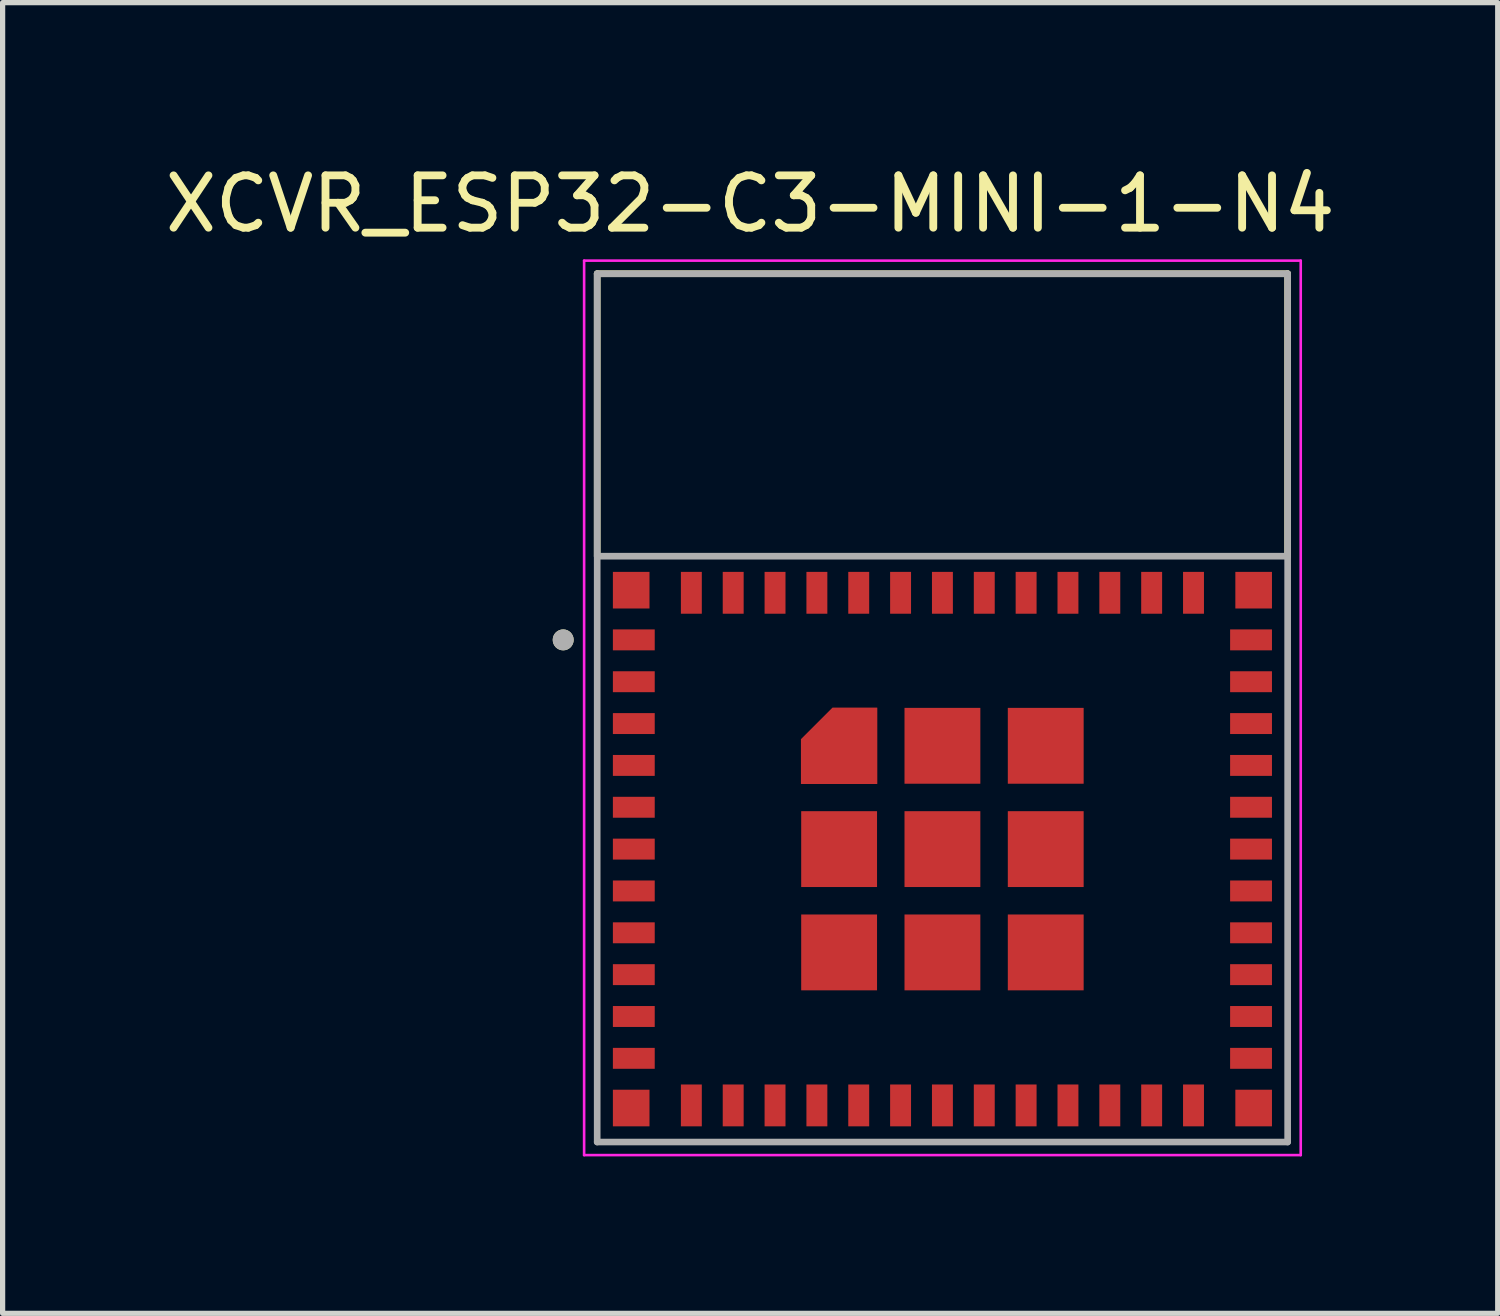
<source format=kicad_pcb>
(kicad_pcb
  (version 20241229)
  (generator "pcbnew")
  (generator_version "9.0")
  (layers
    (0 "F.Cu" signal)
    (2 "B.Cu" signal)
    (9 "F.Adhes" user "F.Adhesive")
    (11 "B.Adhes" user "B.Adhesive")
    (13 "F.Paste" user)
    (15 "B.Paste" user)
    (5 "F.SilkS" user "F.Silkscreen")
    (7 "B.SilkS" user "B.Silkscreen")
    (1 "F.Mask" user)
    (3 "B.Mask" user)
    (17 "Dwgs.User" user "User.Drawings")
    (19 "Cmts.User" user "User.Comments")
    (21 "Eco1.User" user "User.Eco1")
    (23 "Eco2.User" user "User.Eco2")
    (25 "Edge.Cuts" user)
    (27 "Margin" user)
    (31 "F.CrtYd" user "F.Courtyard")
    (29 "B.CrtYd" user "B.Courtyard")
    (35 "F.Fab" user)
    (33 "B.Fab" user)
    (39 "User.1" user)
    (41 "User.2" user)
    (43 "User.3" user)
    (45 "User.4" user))
  (footprint "XCVR_ESP32-C3-MINI-1-N4"
    (layer "F.Cu")
    (at 14.967 10.483)
    (property "Reference" "XCVR_ESP32-C3-MINI-1-N4" (at -3.675 -9.635 0) (layer "F.SilkS") (effects (font (size 1 1) (thickness 0.15))))
    (attr smd)
    (fp_poly (pts (xy -1.15 1.55) (xy -2.8 1.55) (xy -2.8 0.56) (xy -2.14 -0.1) (xy -1.15 -0.1)) (stroke (width 0.01) (type solid)) (fill yes) (layer "F.Mask"))
    (fp_line (start -6.6 -8.3) (end 6.6 -8.3) (stroke (width 0.127) (type solid)) (layer "F.SilkS"))
    (fp_line (start -6.6 -2.92) (end -6.6 -8.3) (stroke (width 0.127) (type solid)) (layer "F.SilkS"))
    (fp_line (start 6.6 -8.3) (end 6.6 -2.92) (stroke (width 0.127) (type solid)) (layer "F.SilkS"))
    (fp_circle (center -7.25 -1.3) (end -7.15 -1.3) (stroke (width 0.2) (type solid)) (fill no) (layer "F.SilkS"))
    (fp_poly (pts (xy -1.25 1.45) (xy -2.7 1.45) (xy -2.7 0.6) (xy -2.1 0) (xy -1.25 0)) (stroke (width 0.01) (type solid)) (fill yes) (layer "F.Paste"))
    (fp_line (start -6.85 -8.55) (end -6.85 8.55) (stroke (width 0.05) (type solid)) (layer "F.CrtYd"))
    (fp_line (start -6.85 8.55) (end 6.85 8.55) (stroke (width 0.05) (type solid)) (layer "F.CrtYd"))
    (fp_line (start 6.85 -8.55) (end -6.85 -8.55) (stroke (width 0.05) (type solid)) (layer "F.CrtYd"))
    (fp_line (start 6.85 8.55) (end 6.85 -8.55) (stroke (width 0.05) (type solid)) (layer "F.CrtYd"))
    (fp_line (start -6.6 -8.3) (end 6.6 -8.3) (stroke (width 0.127) (type solid)) (layer "F.Fab"))
    (fp_line (start -6.6 -2.9) (end -6.6 -8.3) (stroke (width 0.127) (type solid)) (layer "F.Fab"))
    (fp_line (start -6.6 -2.9) (end 6.6 -2.9) (stroke (width 0.127) (type solid)) (layer "F.Fab"))
    (fp_line (start -6.6 8.3) (end -6.6 -2.9) (stroke (width 0.127) (type solid)) (layer "F.Fab"))
    (fp_line (start 6.6 -8.3) (end 6.6 -2.9) (stroke (width 0.127) (type solid)) (layer "F.Fab"))
    (fp_line (start 6.6 -2.9) (end 6.6 8.3) (stroke (width 0.127) (type solid)) (layer "F.Fab"))
    (fp_line (start 6.6 8.3) (end -6.6 8.3) (stroke (width 0.127) (type solid)) (layer "F.Fab"))
    (fp_circle (center -7.25 -1.3) (end -7.15 -1.3) (stroke (width 0.2) (type solid)) (fill no) (layer "F.Fab"))
    (pad "3" smd rect (at -5.9 0.3) (size 0.8 0.4) (layers "F.Cu" "F.Mask" "F.Paste"))
    (pad "4" smd rect (at -5.9 1.1) (size 0.8 0.4) (layers "F.Cu" "F.Mask" "F.Paste"))
    (pad "5" smd rect (at -5.9 1.9) (size 0.8 0.4) (layers "F.Cu" "F.Mask" "F.Paste"))
    (pad "6" smd rect (at -5.9 2.7) (size 0.8 0.4) (layers "F.Cu" "F.Mask" "F.Paste"))
    (pad "7" smd rect (at -5.9 3.5) (size 0.8 0.4) (layers "F.Cu" "F.Mask" "F.Paste"))
    (pad "8" smd rect (at -5.9 4.3) (size 0.8 0.4) (layers "F.Cu" "F.Mask" "F.Paste"))
    (pad "9" smd rect (at -5.9 5.1) (size 0.8 0.4) (layers "F.Cu" "F.Mask" "F.Paste"))
    (pad "10" smd rect (at -5.9 5.9) (size 0.8 0.4) (layers "F.Cu" "F.Mask" "F.Paste"))
    (pad "12" smd rect (at -4.8 7.6) (size 0.4 0.8) (layers "F.Cu" "F.Mask" "F.Paste"))
    (pad "13" smd rect (at -4 7.6) (size 0.4 0.8) (layers "F.Cu" "F.Mask" "F.Paste"))
    (pad "14" smd rect (at -3.2 7.6) (size 0.4 0.8) (layers "F.Cu" "F.Mask" "F.Paste"))
    (pad "15" smd rect (at -2.4 7.6) (size 0.4 0.8) (layers "F.Cu" "F.Mask" "F.Paste"))
    (pad "16" smd rect (at -1.6 7.6) (size 0.4 0.8) (layers "F.Cu" "F.Mask" "F.Paste"))
    (pad "17" smd rect (at -0.8 7.6) (size 0.4 0.8) (layers "F.Cu" "F.Mask" "F.Paste"))
    (pad "18" smd rect (at 0 7.6) (size 0.4 0.8) (layers "F.Cu" "F.Mask" "F.Paste"))
    (pad "19" smd rect (at 0.8 7.6) (size 0.4 0.8) (layers "F.Cu" "F.Mask" "F.Paste"))
    (pad "20" smd rect (at 1.6 7.6) (size 0.4 0.8) (layers "F.Cu" "F.Mask" "F.Paste"))
    (pad "21" smd rect (at 2.4 7.6) (size 0.4 0.8) (layers "F.Cu" "F.Mask" "F.Paste"))
    (pad "22" smd rect (at 3.2 7.6) (size 0.4 0.8) (layers "F.Cu" "F.Mask" "F.Paste"))
    (pad "23" smd rect (at 4 7.6) (size 0.4 0.8) (layers "F.Cu" "F.Mask" "F.Paste"))
    (pad "24" smd rect (at 4.8 7.6) (size 0.4 0.8) (layers "F.Cu" "F.Mask" "F.Paste"))
    (pad "25" smd rect (at 5.9 6.7) (size 0.8 0.4) (layers "F.Cu" "F.Mask" "F.Paste"))
    (pad "26" smd rect (at 5.9 5.9) (size 0.8 0.4) (layers "F.Cu" "F.Mask" "F.Paste"))
    (pad "27" smd rect (at 5.9 5.1) (size 0.8 0.4) (layers "F.Cu" "F.Mask" "F.Paste"))
    (pad "28" smd rect (at 5.9 4.3) (size 0.8 0.4) (layers "F.Cu" "F.Mask" "F.Paste"))
    (pad "29" smd rect (at 5.9 3.5) (size 0.8 0.4) (layers "F.Cu" "F.Mask" "F.Paste"))
    (pad "30" smd rect (at 5.9 2.7) (size 0.8 0.4) (layers "F.Cu" "F.Mask" "F.Paste"))
    (pad "31" smd rect (at 5.9 1.9) (size 0.8 0.4) (layers "F.Cu" "F.Mask" "F.Paste"))
    (pad "32" smd rect (at 5.9 1.1) (size 0.8 0.4) (layers "F.Cu" "F.Mask" "F.Paste"))
    (pad "33" smd rect (at 5.9 0.3) (size 0.8 0.4) (layers "F.Cu" "F.Mask" "F.Paste"))
    (pad "34" smd rect (at 5.9 -0.5) (size 0.8 0.4) (layers "F.Cu" "F.Mask" "F.Paste"))
    (pad "35" smd rect (at 5.9 -1.3) (size 0.8 0.4) (layers "F.Cu" "F.Mask" "F.Paste"))
    (pad "49" smd rect (at -5.95 -2.25) (size 0.7 0.7) (layers "F.Cu" "F.Mask" "F.Paste"))
    (pad "49" smd rect (at -5.95 7.65) (size 0.7 0.7) (layers "F.Cu" "F.Mask" "F.Paste"))
    (pad "49" smd rect (at -5.9 -1.3) (size 0.8 0.4) (layers "F.Cu" "F.Mask" "F.Paste"))
    (pad "49" smd rect (at -5.9 -0.5) (size 0.8 0.4) (layers "F.Cu" "F.Mask" "F.Paste"))
    (pad "49" smd rect (at -5.9 6.7) (size 0.8 0.4) (layers "F.Cu" "F.Mask" "F.Paste"))
    (pad "49" smd rect (at -4.8 -2.2) (size 0.4 0.8) (layers "F.Cu" "F.Mask" "F.Paste"))
    (pad "49" smd rect (at -4 -2.2) (size 0.4 0.8) (layers "F.Cu" "F.Mask" "F.Paste"))
    (pad "49" smd rect (at -3.2 -2.2) (size 0.4 0.8) (layers "F.Cu" "F.Mask" "F.Paste"))
    (pad "49" smd rect (at -2.4 -2.2) (size 0.4 0.8) (layers "F.Cu" "F.Mask" "F.Paste"))
    (pad "49" smd custom (at -1.975 0.725) (size 0.6 0.6) (layers "F.Cu") (options (anchor rect)) (primitives (gr_poly (pts (xy 0.725 0.725) (xy -0.725 0.725) (xy -0.725 -0.125) (xy -0.125 -0.725) (xy 0.725 -0.725)) (width 0.01) (fill yes))))
    (pad "49" smd rect (at -1.975 2.7) (size 1.45 1.45) (layers "F.Cu" "F.Mask" "F.Paste"))
    (pad "49" smd rect (at -1.975 4.675) (size 1.45 1.45) (layers "F.Cu" "F.Mask" "F.Paste"))
    (pad "49" smd rect (at -1.6 -2.2) (size 0.4 0.8) (layers "F.Cu" "F.Mask" "F.Paste"))
    (pad "49" smd rect (at -0.8 -2.2) (size 0.4 0.8) (layers "F.Cu" "F.Mask" "F.Paste"))
    (pad "49" smd rect (at 0 -2.2) (size 0.4 0.8) (layers "F.Cu" "F.Mask" "F.Paste"))
    (pad "49" smd rect (at 0 0.725) (size 1.45 1.45) (layers "F.Cu" "F.Mask" "F.Paste"))
    (pad "49" smd rect (at 0 2.7) (size 1.45 1.45) (layers "F.Cu" "F.Mask" "F.Paste"))
    (pad "49" smd rect (at 0 4.675) (size 1.45 1.45) (layers "F.Cu" "F.Mask" "F.Paste"))
    (pad "49" smd rect (at 0.8 -2.2) (size 0.4 0.8) (layers "F.Cu" "F.Mask" "F.Paste"))
    (pad "49" smd rect (at 1.6 -2.2) (size 0.4 0.8) (layers "F.Cu" "F.Mask" "F.Paste"))
    (pad "49" smd rect (at 1.975 0.725) (size 1.45 1.45) (layers "F.Cu" "F.Mask" "F.Paste"))
    (pad "49" smd rect (at 1.975 2.7) (size 1.45 1.45) (layers "F.Cu" "F.Mask" "F.Paste"))
    (pad "49" smd rect (at 1.975 4.675) (size 1.45 1.45) (layers "F.Cu" "F.Mask" "F.Paste"))
    (pad "49" smd rect (at 2.4 -2.2) (size 0.4 0.8) (layers "F.Cu" "F.Mask" "F.Paste"))
    (pad "49" smd rect (at 3.2 -2.2) (size 0.4 0.8) (layers "F.Cu" "F.Mask" "F.Paste"))
    (pad "49" smd rect (at 4 -2.2) (size 0.4 0.8) (layers "F.Cu" "F.Mask" "F.Paste"))
    (pad "49" smd rect (at 4.8 -2.2) (size 0.4 0.8) (layers "F.Cu" "F.Mask" "F.Paste"))
    (pad "49" smd rect (at 5.95 -2.25) (size 0.7 0.7) (layers "F.Cu" "F.Mask" "F.Paste"))
    (pad "49" smd rect (at 5.95 7.65) (size 0.7 0.7) (layers "F.Cu" "F.Mask" "F.Paste"))
    (zone (net_name "") (layer "F.Cu") (hatch full 0.508) (connect_pads) (min_thickness 0.01) (filled_areas_thickness no) (keepout (tracks not_allowed) (vias not_allowed) (pads not_allowed) (copperpour not_allowed) (footprints allowed)) (placement (enabled no)) (fill) (polygon (pts (xy 8.367 2.183) (xy 21.567 2.183) (xy 21.567 7.583) (xy 8.367 7.583))))
    (zone (net_name "") (layers "F.Cu" "B.Cu") (hatch full 0.508) (connect_pads) (min_thickness 0.01) (filled_areas_thickness no) (keepout (tracks allowed) (vias not_allowed) (pads allowed) (copperpour allowed) (footprints allowed)) (placement (enabled no)) (fill) (polygon (pts (xy 8.367 2.183) (xy 21.567 2.183) (xy 21.567 7.583) (xy 8.367 7.583))))
    (zone (net_name "") (layer "B.Cu") (hatch full 0.508) (connect_pads) (min_thickness 0.01) (filled_areas_thickness no) (keepout (tracks not_allowed) (vias not_allowed) (pads not_allowed) (copperpour not_allowed) (footprints allowed)) (placement (enabled no)) (fill) (polygon (pts (xy 8.367 2.183) (xy 21.567 2.183) (xy 21.567 7.583) (xy 8.367 7.583)))))
  (gr_rect
    (start -3 -3)
    (end 25.583 22.058)
    (stroke (width 0.1) (type default))
    (fill no)
    (layer "Edge.Cuts")))
</source>
